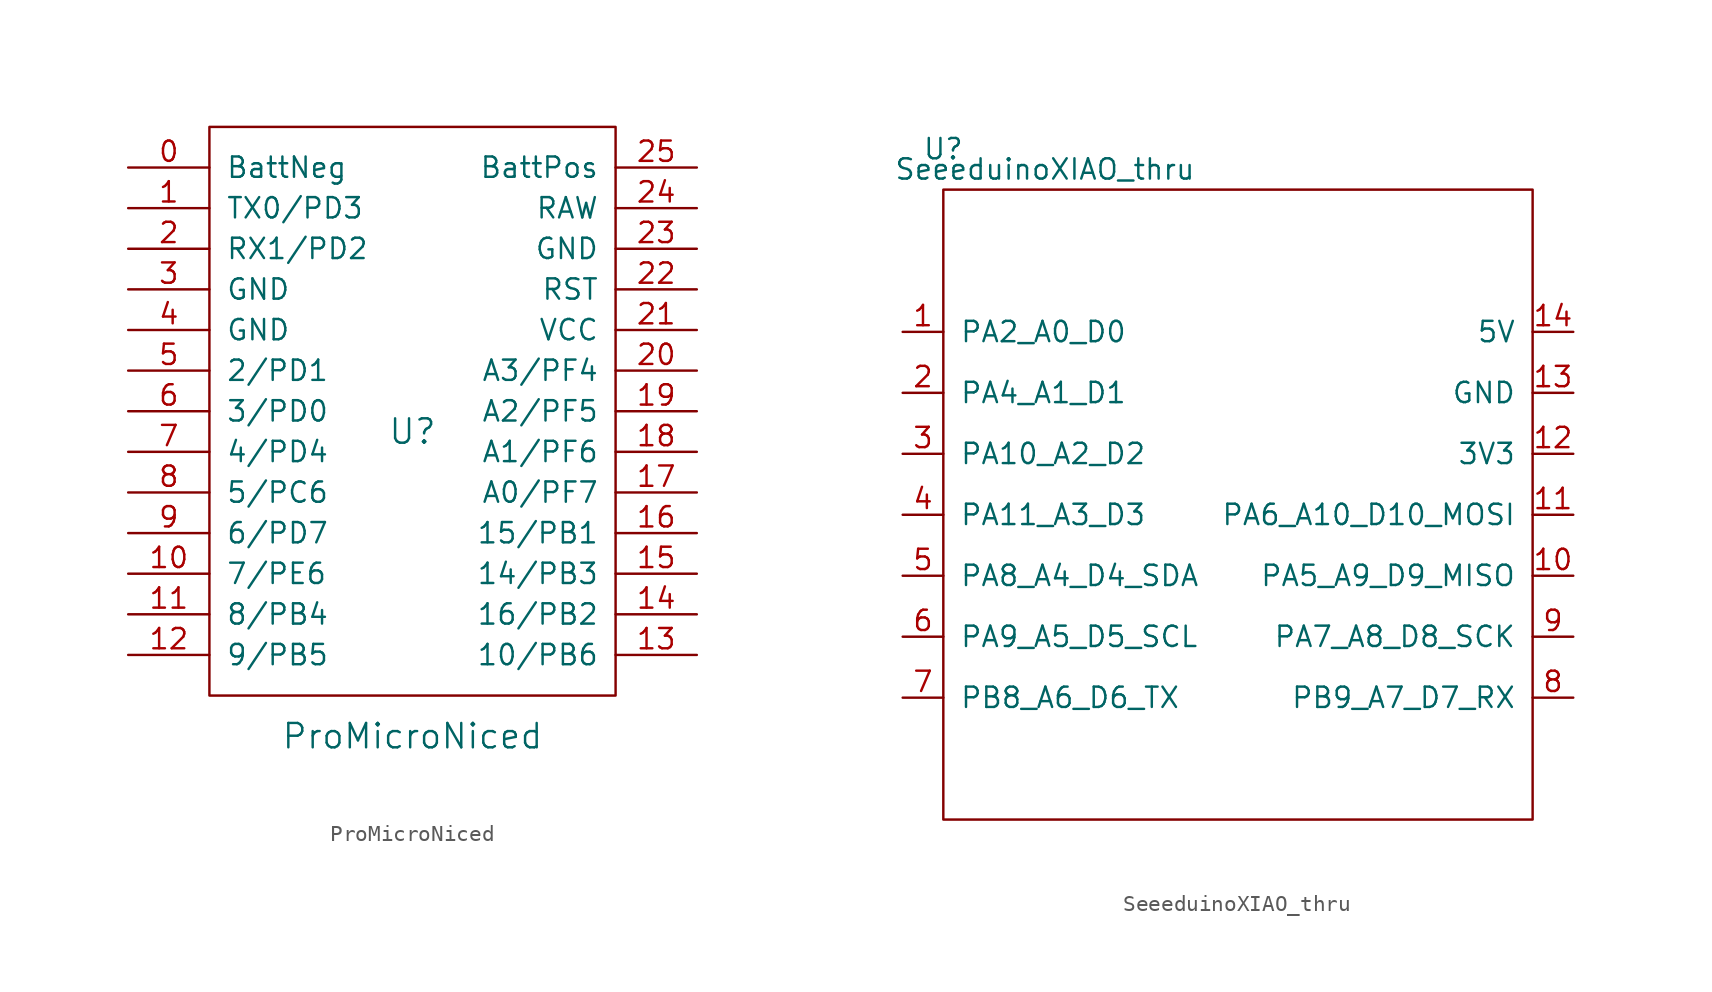
<source format=kicad_sym>
(kicad_symbol_lib
  (version 20210619)
  (generator kicad_symbol_editor)
  (symbol "ProMicroNiced"
    (pin_names
      (offset 1.016))
    (property "Reference" "U"
      (at 0 0 0)
      (effects (font (size 1.524 1.524))))
    (property "Value" "ProMicroNiced"
      (at 0 -19.05 0)
      (effects (font (size 1.524 1.524))))
    (symbol "ProMicroNiced_0_1"
      (rectangle (start -12.7 -16.51) (end 12.7 19.05) (stroke (width 0)) (fill (type none))))
    (symbol "ProMicroNiced_1_1"
      (pin input line (at -17.78 16.51 0) (length 5.08) (name "BattNeg" (effects (font (size 1.27 1.27)))) (number "0" (effects (font (size 1.27 1.27)))))
      (pin input line (at -17.78 13.97 0) (length 5.08) (name "TX0/PD3" (effects (font (size 1.27 1.27)))) (number "1" (effects (font (size 1.27 1.27)))))
      (pin input line (at -17.78 -8.89 0) (length 5.08) (name "7/PE6" (effects (font (size 1.27 1.27)))) (number "10" (effects (font (size 1.27 1.27)))))
      (pin input line (at -17.78 -11.43 0) (length 5.08) (name "8/PB4" (effects (font (size 1.27 1.27)))) (number "11" (effects (font (size 1.27 1.27)))))
      (pin input line (at -17.78 -13.97 0) (length 5.08) (name "9/PB5" (effects (font (size 1.27 1.27)))) (number "12" (effects (font (size 1.27 1.27)))))
      (pin input line (at 17.78 -13.97 180) (length 5.08) (name "10/PB6" (effects (font (size 1.27 1.27)))) (number "13" (effects (font (size 1.27 1.27)))))
      (pin input line (at 17.78 -11.43 180) (length 5.08) (name "16/PB2" (effects (font (size 1.27 1.27)))) (number "14" (effects (font (size 1.27 1.27)))))
      (pin input line (at 17.78 -8.89 180) (length 5.08) (name "14/PB3" (effects (font (size 1.27 1.27)))) (number "15" (effects (font (size 1.27 1.27)))))
      (pin input line (at 17.78 -6.35 180) (length 5.08) (name "15/PB1" (effects (font (size 1.27 1.27)))) (number "16" (effects (font (size 1.27 1.27)))))
      (pin input line (at 17.78 -3.81 180) (length 5.08) (name "A0/PF7" (effects (font (size 1.27 1.27)))) (number "17" (effects (font (size 1.27 1.27)))))
      (pin input line (at 17.78 -1.27 180) (length 5.08) (name "A1/PF6" (effects (font (size 1.27 1.27)))) (number "18" (effects (font (size 1.27 1.27)))))
      (pin input line (at 17.78 1.27 180) (length 5.08) (name "A2/PF5" (effects (font (size 1.27 1.27)))) (number "19" (effects (font (size 1.27 1.27)))))
      (pin input line (at -17.78 11.43 0) (length 5.08) (name "RX1/PD2" (effects (font (size 1.27 1.27)))) (number "2" (effects (font (size 1.27 1.27)))))
      (pin input line (at 17.78 3.81 180) (length 5.08) (name "A3/PF4" (effects (font (size 1.27 1.27)))) (number "20" (effects (font (size 1.27 1.27)))))
      (pin input line (at 17.78 6.35 180) (length 5.08) (name "VCC" (effects (font (size 1.27 1.27)))) (number "21" (effects (font (size 1.27 1.27)))))
      (pin input line (at 17.78 8.89 180) (length 5.08) (name "RST" (effects (font (size 1.27 1.27)))) (number "22" (effects (font (size 1.27 1.27)))))
      (pin input line (at 17.78 11.43 180) (length 5.08) (name "GND" (effects (font (size 1.27 1.27)))) (number "23" (effects (font (size 1.27 1.27)))))
      (pin input line (at 17.78 13.97 180) (length 5.08) (name "RAW" (effects (font (size 1.27 1.27)))) (number "24" (effects (font (size 1.27 1.27)))))
      (pin input line (at 17.78 16.51 180) (length 5.08) (name "BattPos" (effects (font (size 1.27 1.27)))) (number "25" (effects (font (size 1.27 1.27)))))
      (pin input line (at -17.78 8.89 0) (length 5.08) (name "GND" (effects (font (size 1.27 1.27)))) (number "3" (effects (font (size 1.27 1.27)))))
      (pin input line (at -17.78 6.35 0) (length 5.08) (name "GND" (effects (font (size 1.27 1.27)))) (number "4" (effects (font (size 1.27 1.27)))))
      (pin input line (at -17.78 3.81 0) (length 5.08) (name "2/PD1" (effects (font (size 1.27 1.27)))) (number "5" (effects (font (size 1.27 1.27)))))
      (pin input line (at -17.78 1.27 0) (length 5.08) (name "3/PD0" (effects (font (size 1.27 1.27)))) (number "6" (effects (font (size 1.27 1.27)))))
      (pin input line (at -17.78 -1.27 0) (length 5.08) (name "4/PD4" (effects (font (size 1.27 1.27)))) (number "7" (effects (font (size 1.27 1.27)))))
      (pin input line (at -17.78 -3.81 0) (length 5.08) (name "5/PC6" (effects (font (size 1.27 1.27)))) (number "8" (effects (font (size 1.27 1.27)))))
      (pin input line (at -17.78 -6.35 0) (length 5.08) (name "6/PD7" (effects (font (size 1.27 1.27)))) (number "9" (effects (font (size 1.27 1.27)))))))
  (symbol "SeeeduinoXIAO_thru"
    (pin_names
      (offset 1.016))
    (property "Reference" "U"
      (at -19.05 22.86 0)
      (effects (font (size 1.27 1.27))))
    (property "Value" "SeeeduinoXIAO_thru"
      (at -12.7 21.59 0)
      (effects (font (size 1.27 1.27))))
    (symbol "SeeeduinoXIAO_thru_0_1"
      (rectangle (start -19.05 20.32) (end 17.78 -19.05) (stroke (width 0)) (fill (type none)))
      (pin input line (at 20.32 -7.62 180) (length 2.54) (name "PA7_A8_D8_SCK" (effects (font (size 1.27 1.27)))) (number "9" (effects (font (size 1.27 1.27))))))
    (symbol "SeeeduinoXIAO_thru_1_1"
      (pin input line (at -21.59 11.43 0) (length 2.54) (name "PA2_A0_D0" (effects (font (size 1.27 1.27)))) (number "1" (effects (font (size 1.27 1.27)))))
      (pin input line (at 20.32 -3.81 180) (length 2.54) (name "PA5_A9_D9_MISO" (effects (font (size 1.27 1.27)))) (number "10" (effects (font (size 1.27 1.27)))))
      (pin input line (at 20.32 0 180) (length 2.54) (name "PA6_A10_D10_MOSI" (effects (font (size 1.27 1.27)))) (number "11" (effects (font (size 1.27 1.27)))))
      (pin input line (at 20.32 3.81 180) (length 2.54) (name "3V3" (effects (font (size 1.27 1.27)))) (number "12" (effects (font (size 1.27 1.27)))))
      (pin input line (at 20.32 7.62 180) (length 2.54) (name "GND" (effects (font (size 1.27 1.27)))) (number "13" (effects (font (size 1.27 1.27)))))
      (pin input line (at 20.32 11.43 180) (length 2.54) (name "5V" (effects (font (size 1.27 1.27)))) (number "14" (effects (font (size 1.27 1.27)))))
      (pin input line (at -21.59 7.62 0) (length 2.54) (name "PA4_A1_D1" (effects (font (size 1.27 1.27)))) (number "2" (effects (font (size 1.27 1.27)))))
      (pin input line (at -21.59 3.81 0) (length 2.54) (name "PA10_A2_D2" (effects (font (size 1.27 1.27)))) (number "3" (effects (font (size 1.27 1.27)))))
      (pin input line (at -21.59 0 0) (length 2.54) (name "PA11_A3_D3" (effects (font (size 1.27 1.27)))) (number "4" (effects (font (size 1.27 1.27)))))
      (pin input line (at -21.59 -3.81 0) (length 2.54) (name "PA8_A4_D4_SDA" (effects (font (size 1.27 1.27)))) (number "5" (effects (font (size 1.27 1.27)))))
      (pin input line (at -21.59 -7.62 0) (length 2.54) (name "PA9_A5_D5_SCL" (effects (font (size 1.27 1.27)))) (number "6" (effects (font (size 1.27 1.27)))))
      (pin input line (at -21.59 -11.43 0) (length 2.54) (name "PB8_A6_D6_TX" (effects (font (size 1.27 1.27)))) (number "7" (effects (font (size 1.27 1.27)))))
      (pin input line (at 20.32 -11.43 180) (length 2.54) (name "PB9_A7_D7_RX" (effects (font (size 1.27 1.27)))) (number "8" (effects (font (size 1.27 1.27))))))))
</source>
